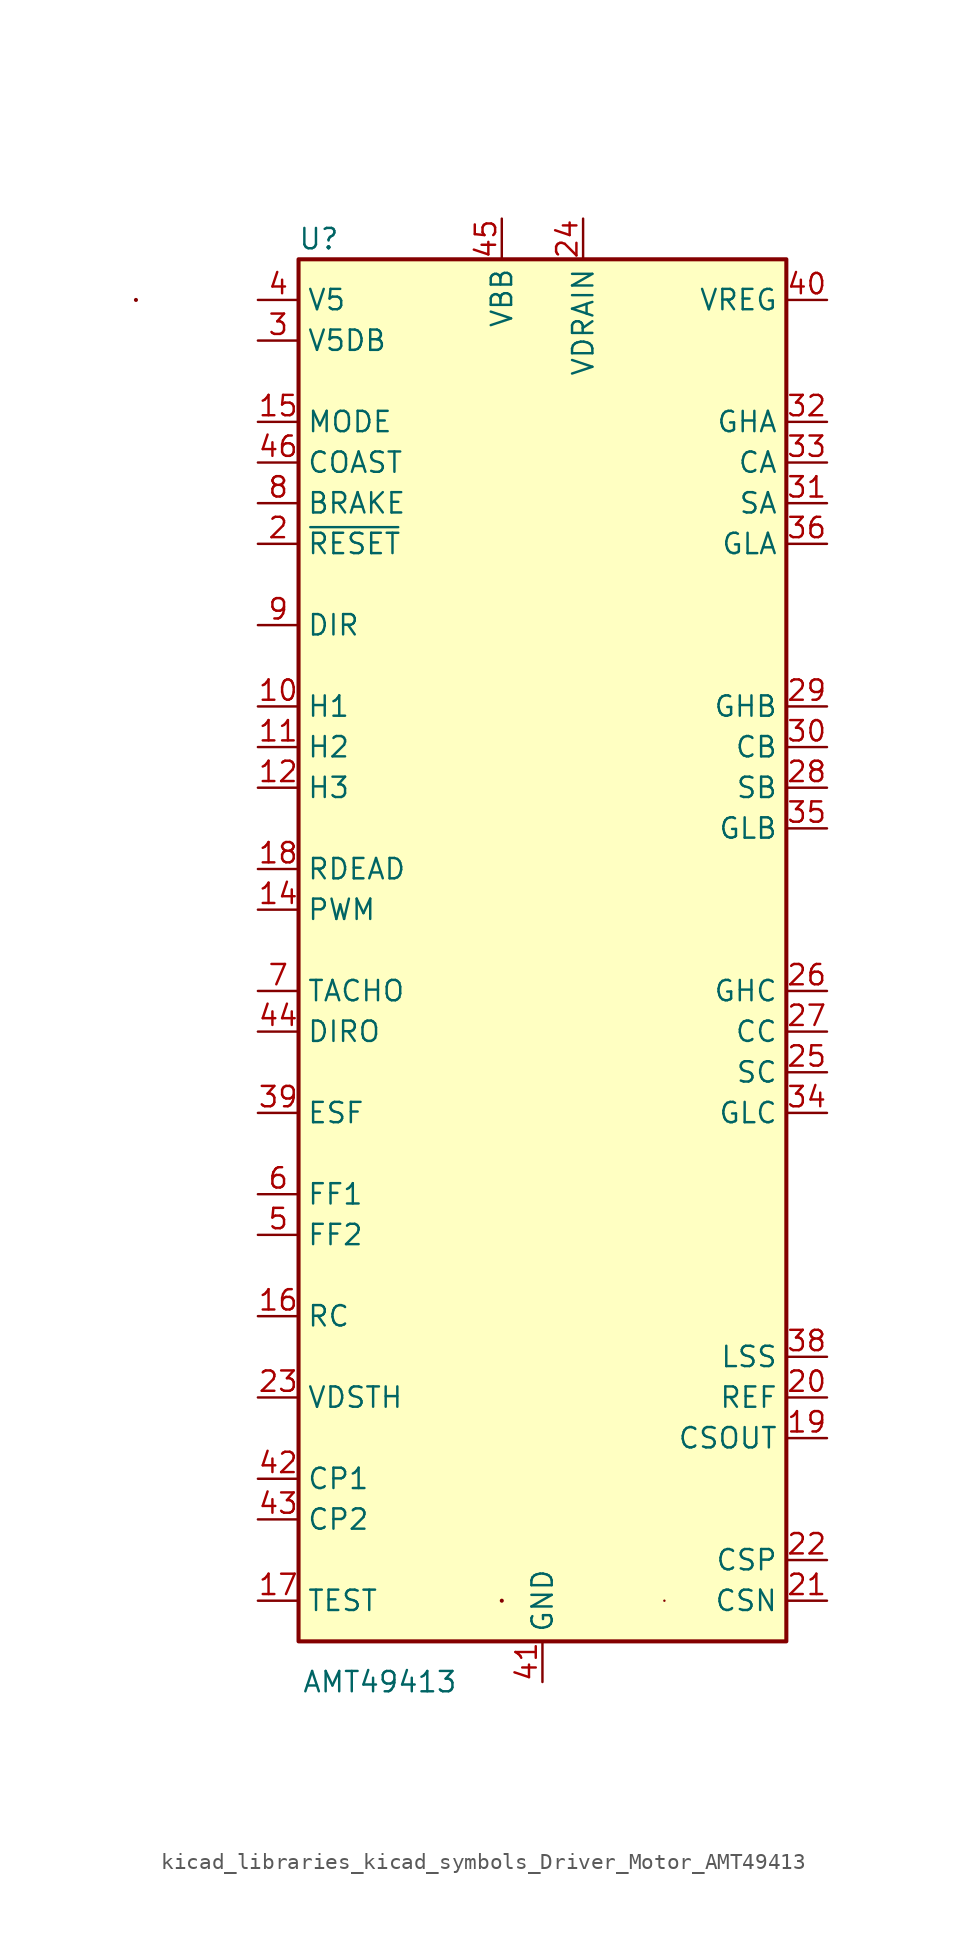
<source format=kicad_sym>
(kicad_symbol_lib
  (version 20220914)
  (generator kicad_symbol_editor)
  (symbol "kicad_libraries_kicad_symbols_Driver_Motor_AMT49413"
    (property "Reference" "U"
      (at -13.97 44.45 0)
      (effects (font (size 1.27 1.27))))
    (property "Value" "AMT49413"
      (at -10.16 -45.72 0)
      (effects (font (size 1.27 1.27))))
    (symbol "kicad_libraries_kicad_symbols_Driver_Motor_AMT49413_0_1"
      (rectangle (start -25.4 40.64) (end -25.4 40.64) (stroke (width 0.254) (type default)) (fill (type none)))
      (rectangle (start -15.24 -43.18) (end 15.24 43.18) (stroke (width 0.254) (type default)) (fill (type background)))
      (rectangle (start -2.54 -40.64) (end -2.54 -40.64) (stroke (width 0.254) (type default)) (fill (type none)))
      (rectangle (start 7.62 -40.64) (end 7.62 -40.64) (stroke (width 0) (type default)) (fill (type none))))
    (symbol "kicad_libraries_kicad_symbols_Driver_Motor_AMT49413_1_1"
      (pin no_connect line (at -5.08 -43.18 90) (length 2.54) hide (name "N.C." (effects (font (size 1.27 1.27)))) (number "1" (effects (font (size 1.27 1.27)))))
      (pin input line (at -17.78 15.24 0) (length 2.54) (name "H1" (effects (font (size 1.27 1.27)))) (number "10" (effects (font (size 1.27 1.27)))))
      (pin input line (at -17.78 12.7 0) (length 2.54) (name "H2" (effects (font (size 1.27 1.27)))) (number "11" (effects (font (size 1.27 1.27)))))
      (pin input line (at -17.78 10.16 0) (length 2.54) (name "H3" (effects (font (size 1.27 1.27)))) (number "12" (effects (font (size 1.27 1.27)))))
      (pin no_connect line (at -2.54 -43.18 90) (length 2.54) hide (name "N.C." (effects (font (size 1.27 1.27)))) (number "13" (effects (font (size 1.27 1.27)))))
      (pin input line (at -17.78 2.54 0) (length 2.54) (name "PWM" (effects (font (size 1.27 1.27)))) (number "14" (effects (font (size 1.27 1.27)))))
      (pin input line (at -17.78 33.02 0) (length 2.54) (name "MODE" (effects (font (size 1.27 1.27)))) (number "15" (effects (font (size 1.27 1.27)))))
      (pin passive line (at -17.78 -22.86 0) (length 2.54) (name "RC" (effects (font (size 1.27 1.27)))) (number "16" (effects (font (size 1.27 1.27)))))
      (pin input line (at -17.78 -40.64 0) (length 2.54) (name "TEST" (effects (font (size 1.27 1.27)))) (number "17" (effects (font (size 1.27 1.27)))))
      (pin passive line (at -17.78 5.08 0) (length 2.54) (name "RDEAD" (effects (font (size 1.27 1.27)))) (number "18" (effects (font (size 1.27 1.27)))))
      (pin input line (at 17.78 -30.48 180) (length 2.54) (name "CSOUT" (effects (font (size 1.27 1.27)))) (number "19" (effects (font (size 1.27 1.27)))))
      (pin input line (at -17.78 25.4 0) (length 2.54) (name "~{RESET}" (effects (font (size 1.27 1.27)))) (number "2" (effects (font (size 1.27 1.27)))))
      (pin input line (at 17.78 -27.94 180) (length 2.54) (name "REF" (effects (font (size 1.27 1.27)))) (number "20" (effects (font (size 1.27 1.27)))))
      (pin input line (at 17.78 -40.64 180) (length 2.54) (name "CSN" (effects (font (size 1.27 1.27)))) (number "21" (effects (font (size 1.27 1.27)))))
      (pin input line (at 17.78 -38.1 180) (length 2.54) (name "CSP" (effects (font (size 1.27 1.27)))) (number "22" (effects (font (size 1.27 1.27)))))
      (pin input line (at -17.78 -27.94 0) (length 2.54) (name "VDSTH" (effects (font (size 1.27 1.27)))) (number "23" (effects (font (size 1.27 1.27)))))
      (pin power_in line (at 2.54 45.72 270) (length 2.54) (name "VDRAIN" (effects (font (size 1.27 1.27)))) (number "24" (effects (font (size 1.27 1.27)))))
      (pin input line (at 17.78 -7.62 180) (length 2.54) (name "SC" (effects (font (size 1.27 1.27)))) (number "25" (effects (font (size 1.27 1.27)))))
      (pin output line (at 17.78 -2.54 180) (length 2.54) (name "GHC" (effects (font (size 1.27 1.27)))) (number "26" (effects (font (size 1.27 1.27)))))
      (pin passive line (at 17.78 -5.08 180) (length 2.54) (name "CC" (effects (font (size 1.27 1.27)))) (number "27" (effects (font (size 1.27 1.27)))))
      (pin input line (at 17.78 10.16 180) (length 2.54) (name "SB" (effects (font (size 1.27 1.27)))) (number "28" (effects (font (size 1.27 1.27)))))
      (pin output line (at 17.78 15.24 180) (length 2.54) (name "GHB" (effects (font (size 1.27 1.27)))) (number "29" (effects (font (size 1.27 1.27)))))
      (pin power_out line (at -17.78 38.1 0) (length 2.54) (name "V5DB" (effects (font (size 1.27 1.27)))) (number "3" (effects (font (size 1.27 1.27)))))
      (pin passive line (at 17.78 12.7 180) (length 2.54) (name "CB" (effects (font (size 1.27 1.27)))) (number "30" (effects (font (size 1.27 1.27)))))
      (pin input line (at 17.78 27.94 180) (length 2.54) (name "SA" (effects (font (size 1.27 1.27)))) (number "31" (effects (font (size 1.27 1.27)))))
      (pin output line (at 17.78 33.02 180) (length 2.54) (name "GHA" (effects (font (size 1.27 1.27)))) (number "32" (effects (font (size 1.27 1.27)))))
      (pin passive line (at 17.78 30.48 180) (length 2.54) (name "CA" (effects (font (size 1.27 1.27)))) (number "33" (effects (font (size 1.27 1.27)))))
      (pin output line (at 17.78 -10.16 180) (length 2.54) (name "GLC" (effects (font (size 1.27 1.27)))) (number "34" (effects (font (size 1.27 1.27)))))
      (pin output line (at 17.78 7.62 180) (length 2.54) (name "GLB" (effects (font (size 1.27 1.27)))) (number "35" (effects (font (size 1.27 1.27)))))
      (pin output line (at 17.78 25.4 180) (length 2.54) (name "GLA" (effects (font (size 1.27 1.27)))) (number "36" (effects (font (size 1.27 1.27)))))
      (pin no_connect line (at 5.08 -43.18 90) (length 2.54) hide (name "N.C." (effects (font (size 1.27 1.27)))) (number "37" (effects (font (size 1.27 1.27)))))
      (pin input line (at 17.78 -25.4 180) (length 2.54) (name "LSS" (effects (font (size 1.27 1.27)))) (number "38" (effects (font (size 1.27 1.27)))))
      (pin input line (at -17.78 -10.16 0) (length 2.54) (name "ESF" (effects (font (size 1.27 1.27)))) (number "39" (effects (font (size 1.27 1.27)))))
      (pin power_out line (at -17.78 40.64 0) (length 2.54) (name "V5" (effects (font (size 1.27 1.27)))) (number "4" (effects (font (size 1.27 1.27)))))
      (pin power_out line (at 17.78 40.64 180) (length 2.54) (name "VREG" (effects (font (size 1.27 1.27)))) (number "40" (effects (font (size 1.27 1.27)))))
      (pin power_in line (at 0 -45.72 90) (length 2.54) (name "GND" (effects (font (size 1.27 1.27)))) (number "41" (effects (font (size 1.27 1.27)))))
      (pin passive line (at -17.78 -33.02 0) (length 2.54) (name "CP1" (effects (font (size 1.27 1.27)))) (number "42" (effects (font (size 1.27 1.27)))))
      (pin passive line (at -17.78 -35.56 0) (length 2.54) (name "CP2" (effects (font (size 1.27 1.27)))) (number "43" (effects (font (size 1.27 1.27)))))
      (pin output line (at -17.78 -5.08 0) (length 2.54) (name "DIRO" (effects (font (size 1.27 1.27)))) (number "44" (effects (font (size 1.27 1.27)))))
      (pin power_in line (at -2.54 45.72 270) (length 2.54) (name "VBB" (effects (font (size 1.27 1.27)))) (number "45" (effects (font (size 1.27 1.27)))))
      (pin input line (at -17.78 30.48 0) (length 2.54) (name "COAST" (effects (font (size 1.27 1.27)))) (number "46" (effects (font (size 1.27 1.27)))))
      (pin no_connect line (at 7.62 -43.18 90) (length 2.54) hide (name "N.C." (effects (font (size 1.27 1.27)))) (number "47" (effects (font (size 1.27 1.27)))))
      (pin no_connect line (at -7.62 -43.18 90) (length 2.54) hide (name "N.C." (effects (font (size 1.27 1.27)))) (number "48" (effects (font (size 1.27 1.27)))))
      (pin passive line (at 0 -45.72 90) (length 2.54) hide (name "GND" (effects (font (size 1.27 1.27)))) (number "49" (effects (font (size 1.27 1.27)))))
      (pin open_collector line (at -17.78 -17.78 0) (length 2.54) (name "FF2" (effects (font (size 1.27 1.27)))) (number "5" (effects (font (size 1.27 1.27)))))
      (pin open_collector line (at -17.78 -15.24 0) (length 2.54) (name "FF1" (effects (font (size 1.27 1.27)))) (number "6" (effects (font (size 1.27 1.27)))))
      (pin output line (at -17.78 -2.54 0) (length 2.54) (name "TACHO" (effects (font (size 1.27 1.27)))) (number "7" (effects (font (size 1.27 1.27)))))
      (pin input line (at -17.78 27.94 0) (length 2.54) (name "BRAKE" (effects (font (size 1.27 1.27)))) (number "8" (effects (font (size 1.27 1.27)))))
      (pin input line (at -17.78 20.32 0) (length 2.54) (name "DIR" (effects (font (size 1.27 1.27)))) (number "9" (effects (font (size 1.27 1.27))))))))
</source>
